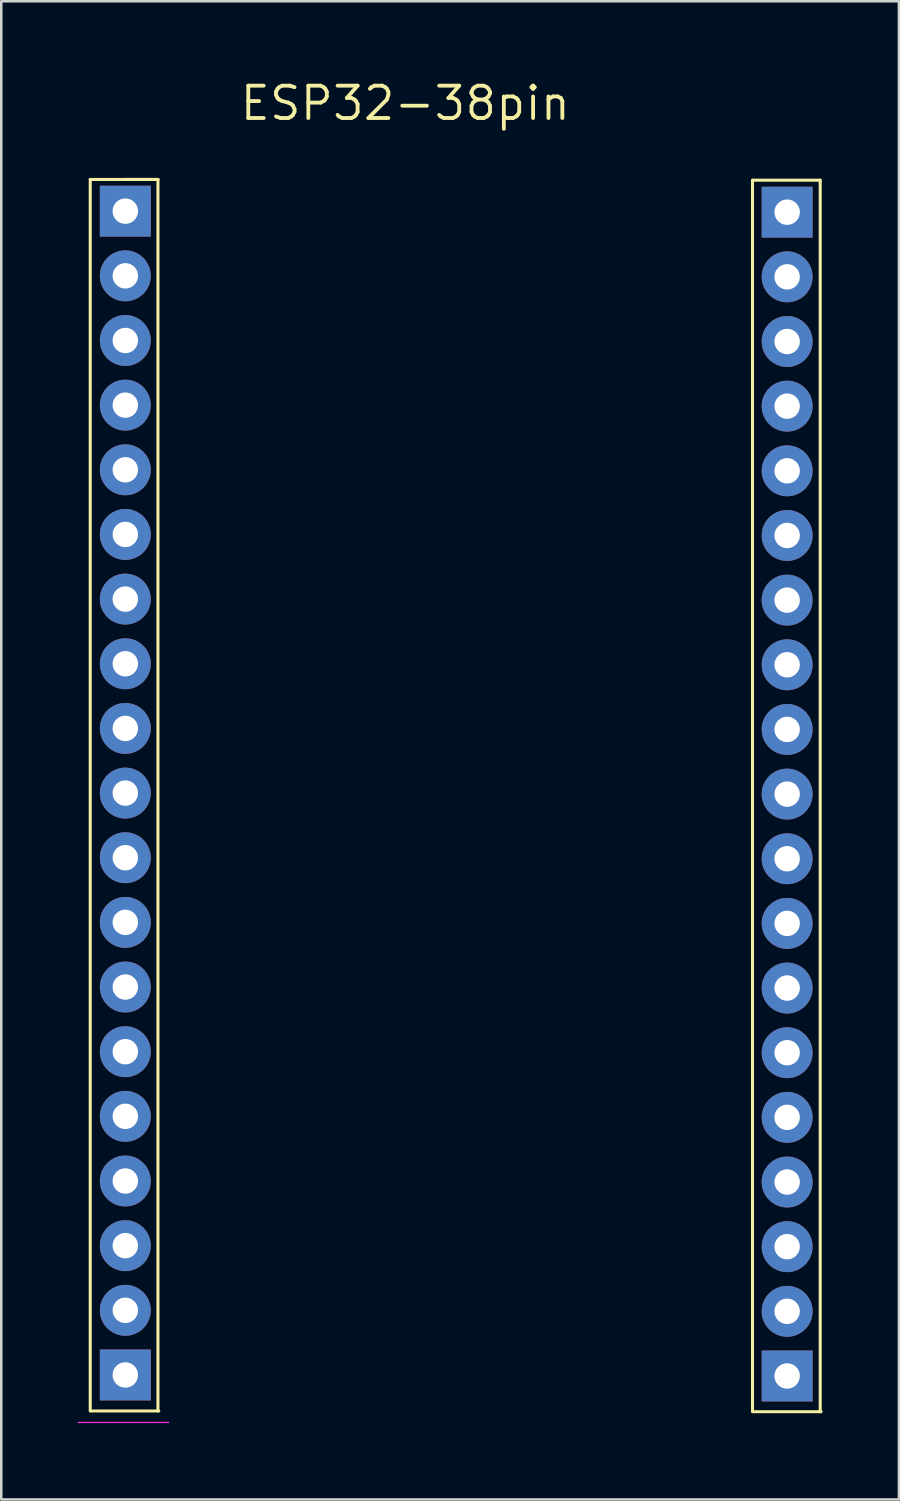
<source format=kicad_pcb>
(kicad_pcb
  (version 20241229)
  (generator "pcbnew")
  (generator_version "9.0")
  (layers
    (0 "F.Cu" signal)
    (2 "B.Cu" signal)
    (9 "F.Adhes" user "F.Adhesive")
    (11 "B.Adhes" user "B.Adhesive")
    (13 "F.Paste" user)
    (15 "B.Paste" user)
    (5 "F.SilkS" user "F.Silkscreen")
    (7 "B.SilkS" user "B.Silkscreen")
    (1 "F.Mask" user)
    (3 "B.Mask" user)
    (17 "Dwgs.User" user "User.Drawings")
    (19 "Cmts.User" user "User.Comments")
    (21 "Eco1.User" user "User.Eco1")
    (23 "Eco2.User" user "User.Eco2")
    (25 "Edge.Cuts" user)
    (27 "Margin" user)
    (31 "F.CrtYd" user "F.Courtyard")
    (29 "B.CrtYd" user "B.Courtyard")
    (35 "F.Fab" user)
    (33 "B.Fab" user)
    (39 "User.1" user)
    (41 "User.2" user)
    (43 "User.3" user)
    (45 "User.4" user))
  (footprint "ESP32-38pin"
    (layer "F.Cu")
    (at 16.373 28.146)
    (property "Reference" "ESP32-38pin" (at -3.5 -27.14 180) (layer "F.SilkS") (effects (font (size 1.27 1.27) (thickness 0.15))))
    (attr through_hole)
    (fp_line (start -15.878 -24.145) (end -15.878 24.235) (stroke (width 0.12) (type solid)) (layer "F.SilkS"))
    (fp_line (start -15.878 -24.145) (end -13.218 -24.145) (stroke (width 0.12) (type solid)) (layer "F.SilkS"))
    (fp_line (start -15.846 24.234) (end -13.186 24.234) (stroke (width 0.12) (type solid)) (layer "F.SilkS"))
    (fp_line (start -14.548 -24.145) (end -13.218 -24.145) (stroke (width 0.12) (type solid)) (layer "F.SilkS"))
    (fp_line (start -13.218 -24.145) (end -13.218 24.235) (stroke (width 0.12) (type solid)) (layer "F.SilkS"))
    (fp_line (start 10.139 -24.116) (end 10.139 24.264) (stroke (width 0.12) (type solid)) (layer "F.SilkS"))
    (fp_line (start 10.139 -24.116) (end 12.799 -24.116) (stroke (width 0.12) (type solid)) (layer "F.SilkS"))
    (fp_line (start 10.172 24.263) (end 12.832 24.263) (stroke (width 0.12) (type solid)) (layer "F.SilkS"))
    (fp_line (start 12.799 -24.116) (end 12.799 24.264) (stroke (width 0.12) (type solid)) (layer "F.SilkS"))
    (fp_line (start -12.798 24.685) (end -16.348 24.685) (stroke (width 0.05) (type solid)) (layer "F.CrtYd"))
    (pad "1" thru_hole rect (at -14.5 -22.9) (size 2 2) (drill 1) (layers "*.Cu" "*.Mask"))
    (pad "2" thru_hole circle (at -14.5 -20.36) (size 2 2) (drill 1) (layers "*.Cu" "*.Mask"))
    (pad "3" thru_hole circle (at -14.5 -17.82) (size 2 2) (drill 1) (layers "*.Cu" "*.Mask"))
    (pad "4" thru_hole circle (at -14.5 -15.28) (size 2 2) (drill 1) (layers "*.Cu" "*.Mask"))
    (pad "5" thru_hole circle (at -14.5 -12.74) (size 2 2) (drill 1) (layers "*.Cu" "*.Mask"))
    (pad "6" thru_hole circle (at -14.5 -10.2) (size 2 2) (drill 1) (layers "*.Cu" "*.Mask"))
    (pad "7" thru_hole circle (at -14.5 -7.66) (size 2 2) (drill 1) (layers "*.Cu" "*.Mask"))
    (pad "8" thru_hole circle (at -14.5 -5.12) (size 2 2) (drill 1) (layers "*.Cu" "*.Mask"))
    (pad "9" thru_hole circle (at -14.5 -2.58) (size 2 2) (drill 1) (layers "*.Cu" "*.Mask"))
    (pad "10" thru_hole circle (at -14.5 -0.04) (size 2 2) (drill 1) (layers "*.Cu" "*.Mask"))
    (pad "11" thru_hole circle (at -14.5 2.5) (size 2 2) (drill 1) (layers "*.Cu" "*.Mask"))
    (pad "12" thru_hole circle (at -14.5 5.04) (size 2 2) (drill 1) (layers "*.Cu" "*.Mask"))
    (pad "13" thru_hole circle (at -14.5 7.58) (size 2 2) (drill 1) (layers "*.Cu" "*.Mask"))
    (pad "14" thru_hole circle (at -14.5 10.12) (size 2 2) (drill 1) (layers "*.Cu" "*.Mask"))
    (pad "15" thru_hole circle (at -14.5 12.66) (size 2 2) (drill 1) (layers "*.Cu" "*.Mask"))
    (pad "16" thru_hole circle (at -14.5 15.2) (size 2 2) (drill 1) (layers "*.Cu" "*.Mask"))
    (pad "17" thru_hole circle (at -14.5 17.74) (size 2 2) (drill 1) (layers "*.Cu" "*.Mask"))
    (pad "18" thru_hole circle (at -14.5 20.28) (size 2 2) (drill 1) (layers "*.Cu" "*.Mask"))
    (pad "19" thru_hole rect (at -14.5 22.82) (size 2 2) (drill 1) (layers "*.Cu" "*.Mask"))
    (pad "20" thru_hole rect (at 11.5 22.86) (size 2 2) (drill 1) (layers "*.Cu" "*.Mask"))
    (pad "21" thru_hole circle (at 11.5 20.32) (size 2 2) (drill 1) (layers "*.Cu" "*.Mask"))
    (pad "22" thru_hole circle (at 11.5 17.78) (size 2 2) (drill 1) (layers "*.Cu" "*.Mask"))
    (pad "23" thru_hole circle (at 11.5 15.24) (size 2 2) (drill 1) (layers "*.Cu" "*.Mask"))
    (pad "24" thru_hole circle (at 11.5 12.7) (size 2 2) (drill 1) (layers "*.Cu" "*.Mask"))
    (pad "25" thru_hole circle (at 11.5 10.16) (size 2 2) (drill 1) (layers "*.Cu" "*.Mask"))
    (pad "26" thru_hole circle (at 11.5 7.62) (size 2 2) (drill 1) (layers "*.Cu" "*.Mask"))
    (pad "27" thru_hole circle (at 11.5 5.08) (size 2 2) (drill 1) (layers "*.Cu" "*.Mask"))
    (pad "28" thru_hole circle (at 11.5 2.54) (size 2 2) (drill 1) (layers "*.Cu" "*.Mask"))
    (pad "29" thru_hole circle (at 11.5 0) (size 2 2) (drill 1) (layers "*.Cu" "*.Mask"))
    (pad "30" thru_hole circle (at 11.5 -2.54) (size 2 2) (drill 1) (layers "*.Cu" "*.Mask"))
    (pad "31" thru_hole circle (at 11.5 -5.08) (size 2 2) (drill 1) (layers "*.Cu" "*.Mask"))
    (pad "32" thru_hole circle (at 11.5 -7.62) (size 2 2) (drill 1) (layers "*.Cu" "*.Mask"))
    (pad "33" thru_hole circle (at 11.5 -10.16) (size 2 2) (drill 1) (layers "*.Cu" "*.Mask"))
    (pad "34" thru_hole circle (at 11.5 -12.7) (size 2 2) (drill 1) (layers "*.Cu" "*.Mask"))
    (pad "35" thru_hole circle (at 11.5 -15.24) (size 2 2) (drill 1) (layers "*.Cu" "*.Mask"))
    (pad "36" thru_hole circle (at 11.5 -17.78) (size 2 2) (drill 1) (layers "*.Cu" "*.Mask"))
    (pad "37" thru_hole circle (at 11.5 -20.32) (size 2 2) (drill 1) (layers "*.Cu" "*.Mask"))
    (pad "38" thru_hole rect (at 11.5 -22.86) (size 2 2) (drill 1) (layers "*.Cu" "*.Mask")))
  (gr_rect
    (start -3 -3)
    (end 32.265 55.856)
    (stroke (width 0.1) (type default))
    (fill no)
    (layer "Edge.Cuts")))
</source>
